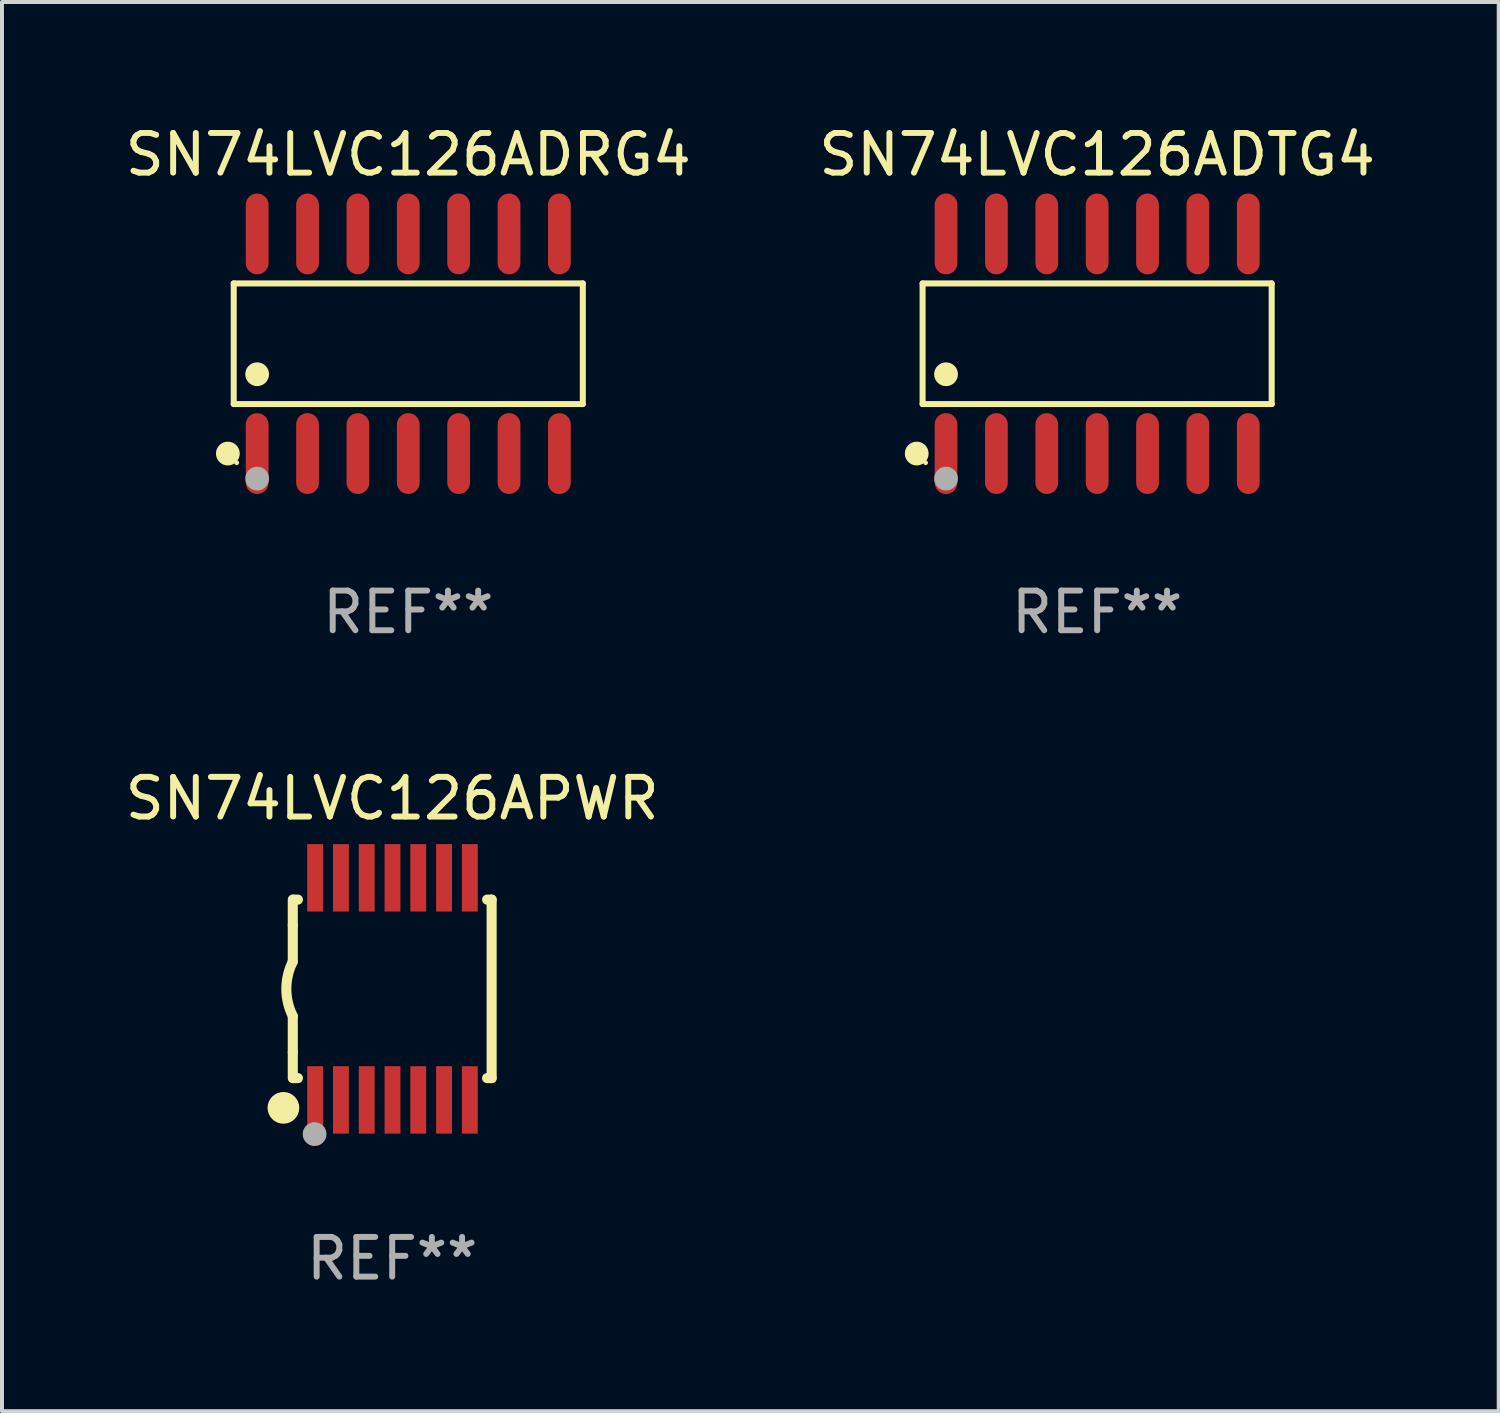
<source format=kicad_pcb>
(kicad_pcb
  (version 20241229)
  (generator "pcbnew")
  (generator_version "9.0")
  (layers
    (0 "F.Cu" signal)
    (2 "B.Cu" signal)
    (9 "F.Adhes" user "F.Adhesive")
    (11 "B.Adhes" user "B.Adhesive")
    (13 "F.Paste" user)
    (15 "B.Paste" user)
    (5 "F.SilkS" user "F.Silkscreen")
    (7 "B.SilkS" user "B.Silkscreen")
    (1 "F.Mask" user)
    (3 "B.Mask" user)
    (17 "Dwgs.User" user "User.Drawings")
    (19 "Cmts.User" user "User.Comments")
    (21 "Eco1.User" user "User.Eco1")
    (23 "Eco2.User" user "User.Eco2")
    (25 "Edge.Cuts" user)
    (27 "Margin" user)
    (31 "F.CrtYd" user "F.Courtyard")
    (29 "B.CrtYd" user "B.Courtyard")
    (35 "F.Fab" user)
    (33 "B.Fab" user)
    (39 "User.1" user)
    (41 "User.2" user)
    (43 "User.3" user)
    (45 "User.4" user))
  (footprint "SN74LVC126ADTG4"
    (layer "F.Cu")
    (at 24.613 5.617)
    (property "Reference" "SN74LVC126ADTG4" (at 0 -4.769 0) (layer "F.SilkS") (effects (font (size 1 1) (thickness 0.15))))
    (attr through_hole)
    (fp_line (start -4.401 -1.521) (end 4.401 -1.521) (stroke (width 0.152) (type solid)) (layer "F.SilkS"))
    (fp_line (start -4.401 1.521) (end -4.401 -1.521) (stroke (width 0.152) (type solid)) (layer "F.SilkS"))
    (fp_line (start 4.401 -1.521) (end 4.401 1.521) (stroke (width 0.152) (type solid)) (layer "F.SilkS"))
    (fp_line (start 4.401 1.521) (end -4.401 1.521) (stroke (width 0.152) (type solid)) (layer "F.SilkS"))
    (fp_circle (center -4.549 2.769) (end -4.399 2.769) (stroke (width 0.3) (type solid)) (fill no) (layer "F.SilkS"))
    (fp_circle (center -4.325 3) (end -4.295 3) (stroke (width 0.06) (type solid)) (fill no) (layer "F.SilkS"))
    (fp_circle (center -3.81 0.769) (end -3.66 0.769) (stroke (width 0.3) (type solid)) (fill no) (layer "F.SilkS"))
    (fp_circle (center -3.81 3.4) (end -3.66 3.4) (stroke (width 0.3) (type solid)) (fill no) (layer "F.Fab"))
    (fp_text user "REF**" (at 0 6.769 0) (layer "F.Fab") (effects (font (size 1 1) (thickness 0.15))))
    (pad "1" smd oval (at -3.81 2.769) (size 0.574 2.038) (layers "F.Cu" "F.Mask" "F.Paste"))
    (pad "2" smd oval (at -2.54 2.769) (size 0.574 2.038) (layers "F.Cu" "F.Mask" "F.Paste"))
    (pad "3" smd oval (at -1.27 2.769) (size 0.574 2.038) (layers "F.Cu" "F.Mask" "F.Paste"))
    (pad "4" smd oval (at 0 2.769) (size 0.574 2.038) (layers "F.Cu" "F.Mask" "F.Paste"))
    (pad "5" smd oval (at 1.27 2.769) (size 0.574 2.038) (layers "F.Cu" "F.Mask" "F.Paste"))
    (pad "6" smd oval (at 2.54 2.769) (size 0.574 2.038) (layers "F.Cu" "F.Mask" "F.Paste"))
    (pad "7" smd oval (at 3.81 2.769) (size 0.574 2.038) (layers "F.Cu" "F.Mask" "F.Paste"))
    (pad "8" smd oval (at 3.81 -2.769) (size 0.574 2.038) (layers "F.Cu" "F.Mask" "F.Paste"))
    (pad "9" smd oval (at 2.54 -2.769) (size 0.574 2.038) (layers "F.Cu" "F.Mask" "F.Paste"))
    (pad "10" smd oval (at 1.27 -2.769) (size 0.574 2.038) (layers "F.Cu" "F.Mask" "F.Paste"))
    (pad "11" smd oval (at 0 -2.769) (size 0.574 2.038) (layers "F.Cu" "F.Mask" "F.Paste"))
    (pad "12" smd oval (at -1.27 -2.769) (size 0.574 2.038) (layers "F.Cu" "F.Mask" "F.Paste"))
    (pad "13" smd oval (at -2.54 -2.769) (size 0.574 2.038) (layers "F.Cu" "F.Mask" "F.Paste"))
    (pad "14" smd oval (at -3.81 -2.769) (size 0.574 2.038) (layers "F.Cu" "F.Mask" "F.Paste")))
  (footprint "SN74LVC126ADRG4"
    (layer "F.Cu")
    (at 7.244 5.617)
    (property "Reference" "SN74LVC126ADRG4" (at 0 -4.769 0) (layer "F.SilkS") (effects (font (size 1 1) (thickness 0.15))))
    (attr through_hole)
    (fp_line (start -4.401 -1.521) (end 4.401 -1.521) (stroke (width 0.152) (type solid)) (layer "F.SilkS"))
    (fp_line (start -4.401 1.521) (end -4.401 -1.521) (stroke (width 0.152) (type solid)) (layer "F.SilkS"))
    (fp_line (start 4.401 -1.521) (end 4.401 1.521) (stroke (width 0.152) (type solid)) (layer "F.SilkS"))
    (fp_line (start 4.401 1.521) (end -4.401 1.521) (stroke (width 0.152) (type solid)) (layer "F.SilkS"))
    (fp_circle (center -4.549 2.769) (end -4.399 2.769) (stroke (width 0.3) (type solid)) (fill no) (layer "F.SilkS"))
    (fp_circle (center -4.325 3) (end -4.295 3) (stroke (width 0.06) (type solid)) (fill no) (layer "F.SilkS"))
    (fp_circle (center -3.81 0.769) (end -3.66 0.769) (stroke (width 0.3) (type solid)) (fill no) (layer "F.SilkS"))
    (fp_circle (center -3.81 3.4) (end -3.66 3.4) (stroke (width 0.3) (type solid)) (fill no) (layer "F.Fab"))
    (fp_text user "REF**" (at 0 6.769 0) (layer "F.Fab") (effects (font (size 1 1) (thickness 0.15))))
    (pad "1" smd oval (at -3.81 2.769) (size 0.574 2.038) (layers "F.Cu" "F.Mask" "F.Paste"))
    (pad "2" smd oval (at -2.54 2.769) (size 0.574 2.038) (layers "F.Cu" "F.Mask" "F.Paste"))
    (pad "3" smd oval (at -1.27 2.769) (size 0.574 2.038) (layers "F.Cu" "F.Mask" "F.Paste"))
    (pad "4" smd oval (at 0 2.769) (size 0.574 2.038) (layers "F.Cu" "F.Mask" "F.Paste"))
    (pad "5" smd oval (at 1.27 2.769) (size 0.574 2.038) (layers "F.Cu" "F.Mask" "F.Paste"))
    (pad "6" smd oval (at 2.54 2.769) (size 0.574 2.038) (layers "F.Cu" "F.Mask" "F.Paste"))
    (pad "7" smd oval (at 3.81 2.769) (size 0.574 2.038) (layers "F.Cu" "F.Mask" "F.Paste"))
    (pad "8" smd oval (at 3.81 -2.769) (size 0.574 2.038) (layers "F.Cu" "F.Mask" "F.Paste"))
    (pad "9" smd oval (at 2.54 -2.769) (size 0.574 2.038) (layers "F.Cu" "F.Mask" "F.Paste"))
    (pad "10" smd oval (at 1.27 -2.769) (size 0.574 2.038) (layers "F.Cu" "F.Mask" "F.Paste"))
    (pad "11" smd oval (at 0 -2.769) (size 0.574 2.038) (layers "F.Cu" "F.Mask" "F.Paste"))
    (pad "12" smd oval (at -1.27 -2.769) (size 0.574 2.038) (layers "F.Cu" "F.Mask" "F.Paste"))
    (pad "13" smd oval (at -2.54 -2.769) (size 0.574 2.038) (layers "F.Cu" "F.Mask" "F.Paste"))
    (pad "14" smd oval (at -3.81 -2.769) (size 0.574 2.038) (layers "F.Cu" "F.Mask" "F.Paste")))
  (footprint "SN74LVC126APWR"
    (layer "F.Cu")
    (at 6.839 21.883)
    (property "Reference" "SN74LVC126APWR" (at 0 -4.8 0) (layer "F.SilkS") (effects (font (size 1 1) (thickness 0.15))))
    (attr through_hole)
    (fp_line (start -2.507 -1.6) (end -2.507 -2.25) (stroke (width 0.254) (type solid)) (layer "F.SilkS"))
    (fp_line (start -2.507 -0.686) (end -2.507 -1.6) (stroke (width 0.254) (type solid)) (layer "F.SilkS"))
    (fp_line (start -2.507 1.6) (end -2.507 0.686) (stroke (width 0.254) (type solid)) (layer "F.SilkS"))
    (fp_line (start -2.507 1.6) (end -2.507 2.25) (stroke (width 0.254) (type solid)) (layer "F.SilkS"))
    (fp_line (start -2.493 -2.25) (end -2.377 -2.25) (stroke (width 0.254) (type solid)) (layer "F.SilkS"))
    (fp_line (start -2.377 2.25) (end -2.493 2.25) (stroke (width 0.254) (type solid)) (layer "F.SilkS"))
    (fp_line (start 2.392 -2.25) (end 2.507 -2.25) (stroke (width 0.254) (type solid)) (layer "F.SilkS"))
    (fp_line (start 2.507 -2.25) (end 2.507 2.25) (stroke (width 0.254) (type solid)) (layer "F.SilkS"))
    (fp_line (start 2.507 2.25) (end 2.392 2.25) (stroke (width 0.254) (type solid)) (layer "F.SilkS"))
    (fp_arc (start -2.507303 0.685802) (mid -2.669199 0) (end -2.507303 -0.685801) (stroke (width 0.254001) (type solid)) (layer "F.SilkS"))
    (fp_circle (center -2.743 3) (end -2.543 3) (stroke (width 0.4) (type solid)) (fill no) (layer "F.SilkS"))
    (fp_circle (center -2.493 3.2) (end -2.463 3.2) (stroke (width 0.06) (type solid)) (fill no) (layer "F.SilkS"))
    (fp_circle (center -1.957 3.662) (end -1.807 3.662) (stroke (width 0.3) (type solid)) (fill no) (layer "F.Fab"))
    (fp_text user "REF**" (at 0 6.8 0) (layer "F.Fab") (effects (font (size 1 1) (thickness 0.15))))
    (pad "1" smd rect (at -1.943 2.8) (size 0.4 1.7) (layers "F.Cu" "F.Mask" "F.Paste"))
    (pad "2" smd rect (at -1.293 2.8) (size 0.4 1.7) (layers "F.Cu" "F.Mask" "F.Paste"))
    (pad "3" smd rect (at -0.643 2.8) (size 0.4 1.7) (layers "F.Cu" "F.Mask" "F.Paste"))
    (pad "4" smd rect (at 0.007 2.8) (size 0.4 1.7) (layers "F.Cu" "F.Mask" "F.Paste"))
    (pad "5" smd rect (at 0.657 2.8) (size 0.4 1.7) (layers "F.Cu" "F.Mask" "F.Paste"))
    (pad "6" smd rect (at 1.307 2.8) (size 0.4 1.7) (layers "F.Cu" "F.Mask" "F.Paste"))
    (pad "7" smd rect (at 1.957 2.8) (size 0.4 1.7) (layers "F.Cu" "F.Mask" "F.Paste"))
    (pad "8" smd rect (at 1.957 -2.8) (size 0.4 1.7) (layers "F.Cu" "F.Mask" "F.Paste"))
    (pad "9" smd rect (at 1.307 -2.8) (size 0.4 1.7) (layers "F.Cu" "F.Mask" "F.Paste"))
    (pad "10" smd rect (at 0.657 -2.8) (size 0.4 1.7) (layers "F.Cu" "F.Mask" "F.Paste"))
    (pad "11" smd rect (at 0.007 -2.8) (size 0.4 1.7) (layers "F.Cu" "F.Mask" "F.Paste"))
    (pad "12" smd rect (at -0.643 -2.8) (size 0.4 1.7) (layers "F.Cu" "F.Mask" "F.Paste"))
    (pad "13" smd rect (at -1.293 -2.8) (size 0.4 1.7) (layers "F.Cu" "F.Mask" "F.Paste"))
    (pad "14" smd rect (at -1.943 -2.8) (size 0.4 1.7) (layers "F.Cu" "F.Mask" "F.Paste")))
  (gr_rect
    (start -3 -3)
    (end 34.738 32.531)
    (stroke (width 0.1) (type default))
    (fill no)
    (layer "Edge.Cuts")))
</source>
